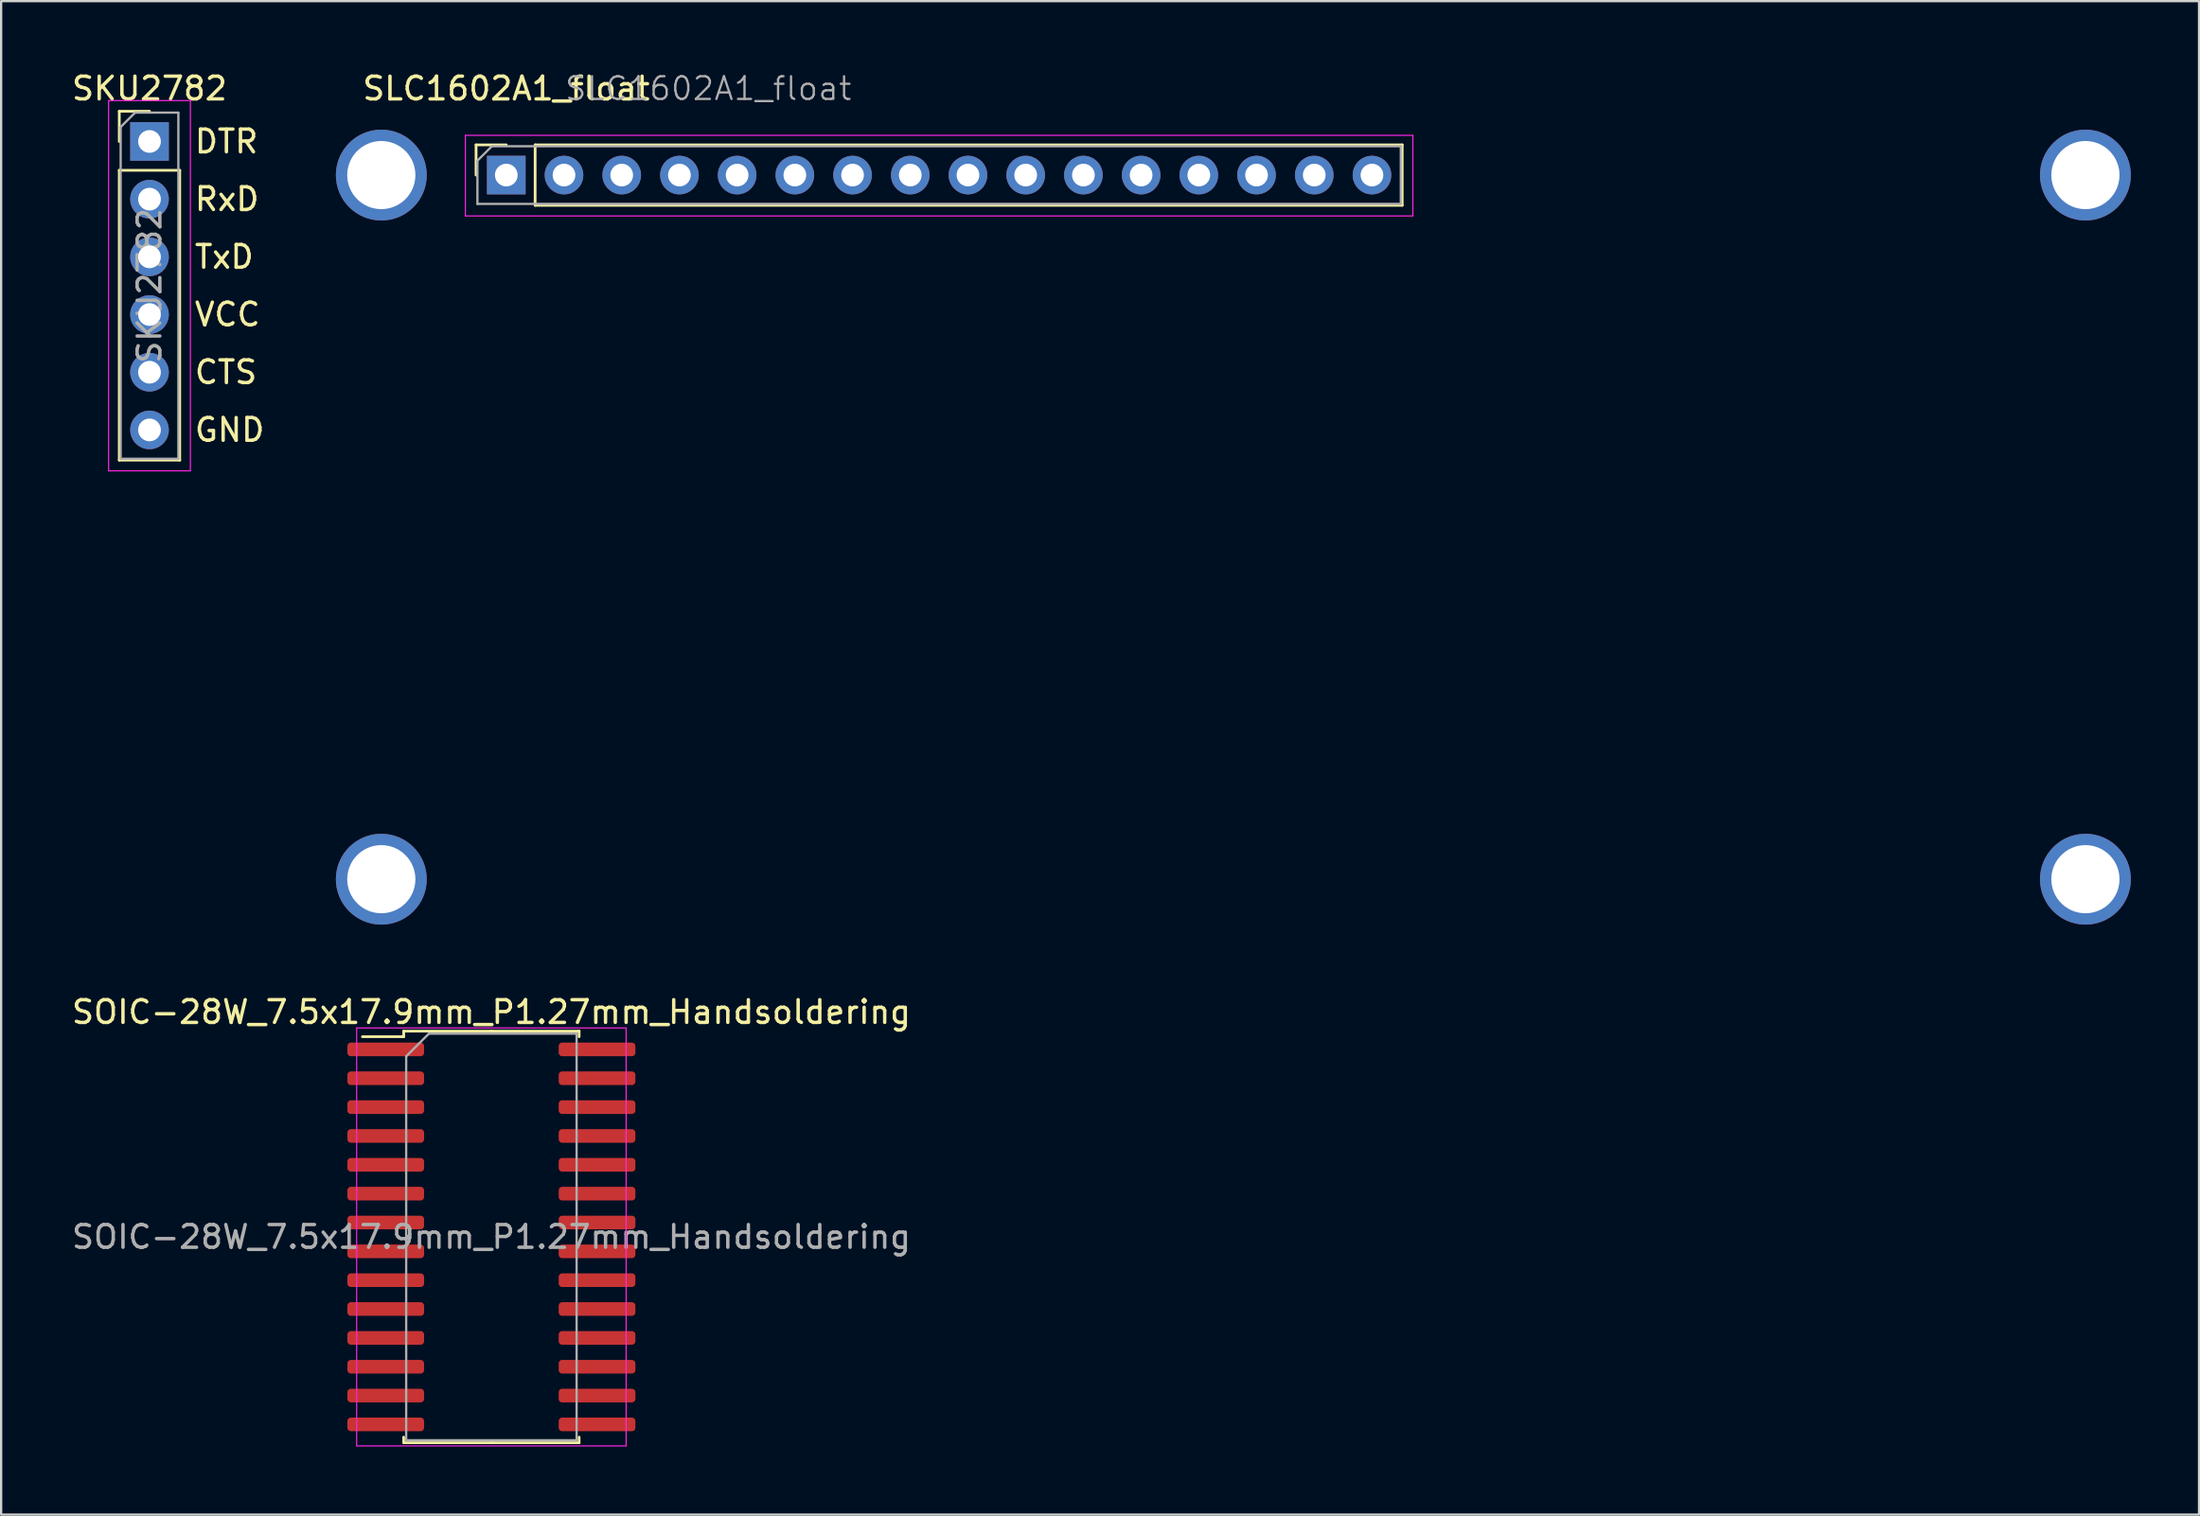
<source format=kicad_pcb>
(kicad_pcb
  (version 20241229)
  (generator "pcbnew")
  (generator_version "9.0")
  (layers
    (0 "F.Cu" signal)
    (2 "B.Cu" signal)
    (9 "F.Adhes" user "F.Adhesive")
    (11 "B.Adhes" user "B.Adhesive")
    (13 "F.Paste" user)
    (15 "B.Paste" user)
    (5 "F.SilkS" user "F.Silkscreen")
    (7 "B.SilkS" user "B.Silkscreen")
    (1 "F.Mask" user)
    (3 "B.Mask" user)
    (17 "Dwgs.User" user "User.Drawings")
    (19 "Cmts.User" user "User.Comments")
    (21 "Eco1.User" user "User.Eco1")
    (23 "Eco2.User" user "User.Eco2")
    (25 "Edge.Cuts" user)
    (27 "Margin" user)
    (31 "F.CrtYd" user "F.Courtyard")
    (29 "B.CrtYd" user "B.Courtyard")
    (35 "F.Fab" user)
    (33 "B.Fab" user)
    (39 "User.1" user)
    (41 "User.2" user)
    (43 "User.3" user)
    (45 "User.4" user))
  (footprint "SOIC-28W_7.5x17.9mm_P1.27mm_Handsoldering"
    (layer "F.Cu")
    (at 18.577 51.407)
    (property "Reference" "SOIC-28W_7.5x17.9mm_P1.27mm_Handsoldering" (at 0 -9.9 0) (layer "F.SilkS") (effects (font (size 1 1) (thickness 0.15))))
    (attr smd)
    (fp_line (start -3.86 -9.06) (end -3.86 -8.815) (stroke (width 0.12) (type solid)) (layer "F.SilkS"))
    (fp_line (start -3.86 -8.815) (end -5.675 -8.815) (stroke (width 0.12) (type solid)) (layer "F.SilkS"))
    (fp_line (start -3.86 9.06) (end -3.86 8.815) (stroke (width 0.12) (type solid)) (layer "F.SilkS"))
    (fp_line (start 0 -9.06) (end -3.86 -9.06) (stroke (width 0.12) (type solid)) (layer "F.SilkS"))
    (fp_line (start 0 -9.06) (end 3.86 -9.06) (stroke (width 0.12) (type solid)) (layer "F.SilkS"))
    (fp_line (start 0 9.06) (end -3.86 9.06) (stroke (width 0.12) (type solid)) (layer "F.SilkS"))
    (fp_line (start 0 9.06) (end 3.86 9.06) (stroke (width 0.12) (type solid)) (layer "F.SilkS"))
    (fp_line (start 3.86 -9.06) (end 3.86 -8.815) (stroke (width 0.12) (type solid)) (layer "F.SilkS"))
    (fp_line (start 3.86 9.06) (end 3.86 8.815) (stroke (width 0.12) (type solid)) (layer "F.SilkS"))
    (fp_line (start -5.93 -9.2) (end -5.93 9.2) (stroke (width 0.05) (type solid)) (layer "F.CrtYd"))
    (fp_line (start -5.93 9.2) (end 5.93 9.2) (stroke (width 0.05) (type solid)) (layer "F.CrtYd"))
    (fp_line (start 5.93 -9.2) (end -5.93 -9.2) (stroke (width 0.05) (type solid)) (layer "F.CrtYd"))
    (fp_line (start 5.93 9.2) (end 5.93 -9.2) (stroke (width 0.05) (type solid)) (layer "F.CrtYd"))
    (fp_line (start -3.75 -7.95) (end -2.75 -8.95) (stroke (width 0.1) (type solid)) (layer "F.Fab"))
    (fp_line (start -3.75 8.95) (end -3.75 -7.95) (stroke (width 0.1) (type solid)) (layer "F.Fab"))
    (fp_line (start -2.75 -8.95) (end 3.75 -8.95) (stroke (width 0.1) (type solid)) (layer "F.Fab"))
    (fp_line (start 3.75 -8.95) (end 3.75 8.95) (stroke (width 0.1) (type solid)) (layer "F.Fab"))
    (fp_line (start 3.75 8.95) (end -3.75 8.95) (stroke (width 0.1) (type solid)) (layer "F.Fab"))
    (fp_text user "${REFERENCE}" (at 0 0 0) (layer "F.Fab") (effects (font (size 1 1) (thickness 0.15))))
    (pad "1" smd roundrect (at -4.65 -8.255) (size 3.375 0.6) (layers "F.Cu" "F.Mask" "F.Paste") (roundrect_rratio 0.25))
    (pad "2" smd roundrect (at -4.65 -6.985) (size 3.375 0.6) (layers "F.Cu" "F.Mask" "F.Paste") (roundrect_rratio 0.25))
    (pad "3" smd roundrect (at -4.65 -5.715) (size 3.375 0.6) (layers "F.Cu" "F.Mask" "F.Paste") (roundrect_rratio 0.25))
    (pad "4" smd roundrect (at -4.65 -4.445) (size 3.375 0.6) (layers "F.Cu" "F.Mask" "F.Paste") (roundrect_rratio 0.25))
    (pad "5" smd roundrect (at -4.65 -3.175) (size 3.375 0.6) (layers "F.Cu" "F.Mask" "F.Paste") (roundrect_rratio 0.25))
    (pad "6" smd roundrect (at -4.65 -1.905) (size 3.375 0.6) (layers "F.Cu" "F.Mask" "F.Paste") (roundrect_rratio 0.25))
    (pad "7" smd roundrect (at -4.65 -0.635) (size 3.375 0.6) (layers "F.Cu" "F.Mask" "F.Paste") (roundrect_rratio 0.25))
    (pad "8" smd roundrect (at -4.65 0.635) (size 3.375 0.6) (layers "F.Cu" "F.Mask" "F.Paste") (roundrect_rratio 0.25))
    (pad "9" smd roundrect (at -4.65 1.905) (size 3.375 0.6) (layers "F.Cu" "F.Mask" "F.Paste") (roundrect_rratio 0.25))
    (pad "10" smd roundrect (at -4.65 3.175) (size 3.375 0.6) (layers "F.Cu" "F.Mask" "F.Paste") (roundrect_rratio 0.25))
    (pad "11" smd roundrect (at -4.65 4.445) (size 3.375 0.6) (layers "F.Cu" "F.Mask" "F.Paste") (roundrect_rratio 0.25))
    (pad "12" smd roundrect (at -4.65 5.715) (size 3.375 0.6) (layers "F.Cu" "F.Mask" "F.Paste") (roundrect_rratio 0.25))
    (pad "13" smd roundrect (at -4.65 6.985) (size 3.375 0.6) (layers "F.Cu" "F.Mask" "F.Paste") (roundrect_rratio 0.25))
    (pad "14" smd roundrect (at -4.65 8.255) (size 3.375 0.6) (layers "F.Cu" "F.Mask" "F.Paste") (roundrect_rratio 0.25))
    (pad "15" smd roundrect (at 4.65 8.255) (size 3.375 0.6) (layers "F.Cu" "F.Mask" "F.Paste") (roundrect_rratio 0.25))
    (pad "16" smd roundrect (at 4.65 6.985) (size 3.375 0.6) (layers "F.Cu" "F.Mask" "F.Paste") (roundrect_rratio 0.25))
    (pad "17" smd roundrect (at 4.65 5.715) (size 3.375 0.6) (layers "F.Cu" "F.Mask" "F.Paste") (roundrect_rratio 0.25))
    (pad "18" smd roundrect (at 4.65 4.445) (size 3.375 0.6) (layers "F.Cu" "F.Mask" "F.Paste") (roundrect_rratio 0.25))
    (pad "19" smd roundrect (at 4.65 3.175) (size 3.375 0.6) (layers "F.Cu" "F.Mask" "F.Paste") (roundrect_rratio 0.25))
    (pad "20" smd roundrect (at 4.65 1.905) (size 3.375 0.6) (layers "F.Cu" "F.Mask" "F.Paste") (roundrect_rratio 0.25))
    (pad "21" smd roundrect (at 4.65 0.635) (size 3.375 0.6) (layers "F.Cu" "F.Mask" "F.Paste") (roundrect_rratio 0.25))
    (pad "22" smd roundrect (at 4.65 -0.635) (size 3.375 0.6) (layers "F.Cu" "F.Mask" "F.Paste") (roundrect_rratio 0.25))
    (pad "23" smd roundrect (at 4.65 -1.905) (size 3.375 0.6) (layers "F.Cu" "F.Mask" "F.Paste") (roundrect_rratio 0.25))
    (pad "24" smd roundrect (at 4.65 -3.175) (size 3.375 0.6) (layers "F.Cu" "F.Mask" "F.Paste") (roundrect_rratio 0.25))
    (pad "25" smd roundrect (at 4.65 -4.445) (size 3.375 0.6) (layers "F.Cu" "F.Mask" "F.Paste") (roundrect_rratio 0.25))
    (pad "26" smd roundrect (at 4.65 -5.715) (size 3.375 0.6) (layers "F.Cu" "F.Mask" "F.Paste") (roundrect_rratio 0.25))
    (pad "27" smd roundrect (at 4.65 -6.985) (size 3.375 0.6) (layers "F.Cu" "F.Mask" "F.Paste") (roundrect_rratio 0.25))
    (pad "28" smd roundrect (at 4.65 -8.255) (size 3.375 0.6) (layers "F.Cu" "F.Mask" "F.Paste") (roundrect_rratio 0.25)))
  (footprint "SLC1602A1_float"
    (layer "F.Cu")
    (at 19.232 4.658)
    (property "Reference" "SLC1602A1_float" (at 0 -3.81 0) (layer "F.SilkS") (effects (font (size 1 1) (thickness 0.15))))
    (attr through_hole)
    (fp_line (start -1.33 -1.33) (end 0 -1.33) (stroke (width 0.12) (type solid)) (layer "F.SilkS"))
    (fp_line (start -1.33 0) (end -1.33 -1.33) (stroke (width 0.12) (type solid)) (layer "F.SilkS"))
    (fp_line (start 1.27 -1.33) (end 39.43 -1.33) (stroke (width 0.12) (type solid)) (layer "F.SilkS"))
    (fp_line (start 1.27 1.33) (end 1.27 -1.33) (stroke (width 0.12) (type solid)) (layer "F.SilkS"))
    (fp_line (start 1.27 1.33) (end 39.43 1.33) (stroke (width 0.12) (type solid)) (layer "F.SilkS"))
    (fp_line (start 39.43 1.33) (end 39.43 -1.33) (stroke (width 0.12) (type solid)) (layer "F.SilkS"))
    (fp_line (start -1.8 -1.75) (end 39.9 -1.75) (stroke (width 0.05) (type solid)) (layer "F.CrtYd"))
    (fp_line (start -1.8 1.8) (end -1.8 -1.75) (stroke (width 0.05) (type solid)) (layer "F.CrtYd"))
    (fp_line (start 39.9 -1.75) (end 39.9 1.8) (stroke (width 0.05) (type solid)) (layer "F.CrtYd"))
    (fp_line (start 39.9 1.8) (end -1.8 1.8) (stroke (width 0.05) (type solid)) (layer "F.CrtYd"))
    (fp_line (start -1.27 -0.635) (end -0.635 -1.27) (stroke (width 0.1) (type solid)) (layer "F.Fab"))
    (fp_line (start -1.27 1.27) (end -1.27 -0.635) (stroke (width 0.1) (type solid)) (layer "F.Fab"))
    (fp_line (start -0.635 -1.27) (end 39.37 -1.27) (stroke (width 0.1) (type solid)) (layer "F.Fab"))
    (fp_line (start 39.37 -1.27) (end 39.37 1.27) (stroke (width 0.1) (type solid)) (layer "F.Fab"))
    (fp_line (start 39.37 1.27) (end -1.27 1.27) (stroke (width 0.1) (type solid)) (layer "F.Fab"))
    (fp_text user "${REFERENCE}" (at 8.89 -3.81 0) (layer "F.Fab") (effects (font (size 1 1) (thickness 0.1))))
    (pad "" thru_hole circle (at -5.5 0) (size 4 4) (drill 3) (layers "*.Cu" "*.Mask"))
    (pad "" thru_hole circle (at -5.5 31) (size 4 4) (drill 3) (layers "*.Cu" "*.Mask"))
    (pad "" thru_hole circle (at 69.5 0) (size 4 4) (drill 3) (layers "*.Cu" "*.Mask"))
    (pad "" thru_hole circle (at 69.5 31) (size 4 4) (drill 3) (layers "*.Cu" "*.Mask"))
    (pad "1" thru_hole rect (at 0 0 90) (size 1.7 1.7) (drill 1) (layers "*.Cu" "*.Mask"))
    (pad "2" thru_hole oval (at 2.54 0 90) (size 1.7 1.7) (drill 1) (layers "*.Cu" "*.Mask"))
    (pad "3" thru_hole oval (at 5.08 0 90) (size 1.7 1.7) (drill 1) (layers "*.Cu" "*.Mask"))
    (pad "4" thru_hole oval (at 7.62 0 90) (size 1.7 1.7) (drill 1) (layers "*.Cu" "*.Mask"))
    (pad "5" thru_hole oval (at 10.16 0 90) (size 1.7 1.7) (drill 1) (layers "*.Cu" "*.Mask"))
    (pad "6" thru_hole oval (at 12.7 0 90) (size 1.7 1.7) (drill 1) (layers "*.Cu" "*.Mask"))
    (pad "7" thru_hole oval (at 15.24 0 90) (size 1.7 1.7) (drill 1) (layers "*.Cu" "*.Mask"))
    (pad "8" thru_hole oval (at 17.78 0 90) (size 1.7 1.7) (drill 1) (layers "*.Cu" "*.Mask"))
    (pad "9" thru_hole oval (at 20.32 0 90) (size 1.7 1.7) (drill 1) (layers "*.Cu" "*.Mask"))
    (pad "10" thru_hole oval (at 22.86 0 90) (size 1.7 1.7) (drill 1) (layers "*.Cu" "*.Mask"))
    (pad "11" thru_hole oval (at 25.4 0 90) (size 1.7 1.7) (drill 1) (layers "*.Cu" "*.Mask"))
    (pad "12" thru_hole oval (at 27.94 0 90) (size 1.7 1.7) (drill 1) (layers "*.Cu" "*.Mask"))
    (pad "13" thru_hole oval (at 30.48 0 90) (size 1.7 1.7) (drill 1) (layers "*.Cu" "*.Mask"))
    (pad "14" thru_hole oval (at 33.02 0 90) (size 1.7 1.7) (drill 1) (layers "*.Cu" "*.Mask"))
    (pad "15" thru_hole oval (at 35.56 0 90) (size 1.7 1.7) (drill 1) (layers "*.Cu" "*.Mask"))
    (pad "16" thru_hole oval (at 38.1 0 90) (size 1.7 1.7) (drill 1) (layers "*.Cu" "*.Mask")))
  (footprint "SKU2782"
    (layer "F.Cu")
    (at 3.53 3.178)
    (property "Reference" "SKU2782" (at 0 -2.33 0) (layer "F.SilkS") (effects (font (size 1 1) (thickness 0.15))))
    (attr through_hole)
    (fp_line (start -1.33 -1.33) (end 0 -1.33) (stroke (width 0.12) (type solid)) (layer "F.SilkS"))
    (fp_line (start -1.33 0) (end -1.33 -1.33) (stroke (width 0.12) (type solid)) (layer "F.SilkS"))
    (fp_line (start -1.33 1.27) (end -1.33 14.03) (stroke (width 0.12) (type solid)) (layer "F.SilkS"))
    (fp_line (start -1.33 1.27) (end 1.33 1.27) (stroke (width 0.12) (type solid)) (layer "F.SilkS"))
    (fp_line (start -1.33 14.03) (end 1.33 14.03) (stroke (width 0.12) (type solid)) (layer "F.SilkS"))
    (fp_line (start 1.33 1.27) (end 1.33 14.03) (stroke (width 0.12) (type solid)) (layer "F.SilkS"))
    (fp_line (start -1.8 -1.8) (end -1.8 14.5) (stroke (width 0.05) (type solid)) (layer "F.CrtYd"))
    (fp_line (start -1.8 14.5) (end 1.8 14.5) (stroke (width 0.05) (type solid)) (layer "F.CrtYd"))
    (fp_line (start 1.8 -1.8) (end -1.8 -1.8) (stroke (width 0.05) (type solid)) (layer "F.CrtYd"))
    (fp_line (start 1.8 14.5) (end 1.8 -1.8) (stroke (width 0.05) (type solid)) (layer "F.CrtYd"))
    (fp_line (start -1.27 -0.635) (end -0.635 -1.27) (stroke (width 0.1) (type solid)) (layer "F.Fab"))
    (fp_line (start -1.27 13.97) (end -1.27 -0.635) (stroke (width 0.1) (type solid)) (layer "F.Fab"))
    (fp_line (start -0.635 -1.27) (end 1.27 -1.27) (stroke (width 0.1) (type solid)) (layer "F.Fab"))
    (fp_line (start 1.27 -1.27) (end 1.27 13.97) (stroke (width 0.1) (type solid)) (layer "F.Fab"))
    (fp_line (start 1.27 13.97) (end -1.27 13.97) (stroke (width 0.1) (type solid)) (layer "F.Fab"))
    (fp_text user "TxD" (at 1.905 5.08 0) (unlocked yes) (layer "F.SilkS") (effects (font (size 1 1) (thickness 0.15)) (justify left)))
    (fp_text user "DTR" (at 1.905 0 0) (unlocked yes) (layer "F.SilkS") (effects (font (size 1 1) (thickness 0.15)) (justify left)))
    (fp_text user "VCC" (at 1.905 7.62 0) (unlocked yes) (layer "F.SilkS") (effects (font (size 1 1) (thickness 0.15)) (justify left)))
    (fp_text user "GND" (at 1.905 12.7 0) (unlocked yes) (layer "F.SilkS") (effects (font (size 1 1) (thickness 0.15)) (justify left)))
    (fp_text user "CTS" (at 1.905 10.16 0) (unlocked yes) (layer "F.SilkS") (effects (font (size 1 1) (thickness 0.15)) (justify left)))
    (fp_text user "RxD" (at 1.905 2.54 0) (unlocked yes) (layer "F.SilkS") (effects (font (size 1 1) (thickness 0.15)) (justify left)))
    (fp_text user "${REFERENCE}" (at 0 6.35 270) (layer "F.Fab") (effects (font (size 1 1) (thickness 0.15))))
    (pad "1" thru_hole rect (at 0 0) (size 1.7 1.7) (drill 1) (layers "*.Cu" "*.Mask"))
    (pad "2" thru_hole oval (at 0 2.54) (size 1.7 1.7) (drill 1) (layers "*.Cu" "*.Mask"))
    (pad "3" thru_hole oval (at 0 5.08) (size 1.7 1.7) (drill 1) (layers "*.Cu" "*.Mask"))
    (pad "4" thru_hole oval (at 0 7.62) (size 1.7 1.7) (drill 1) (layers "*.Cu" "*.Mask"))
    (pad "5" thru_hole oval (at 0 10.16) (size 1.7 1.7) (drill 1) (layers "*.Cu" "*.Mask"))
    (pad "6" thru_hole oval (at 0 12.7) (size 1.7 1.7) (drill 1) (layers "*.Cu" "*.Mask")))
  (gr_rect
    (start -3 -3)
    (end 93.732 63.632)
    (stroke (width 0.1) (type default))
    (fill no)
    (layer "Edge.Cuts")))
</source>
